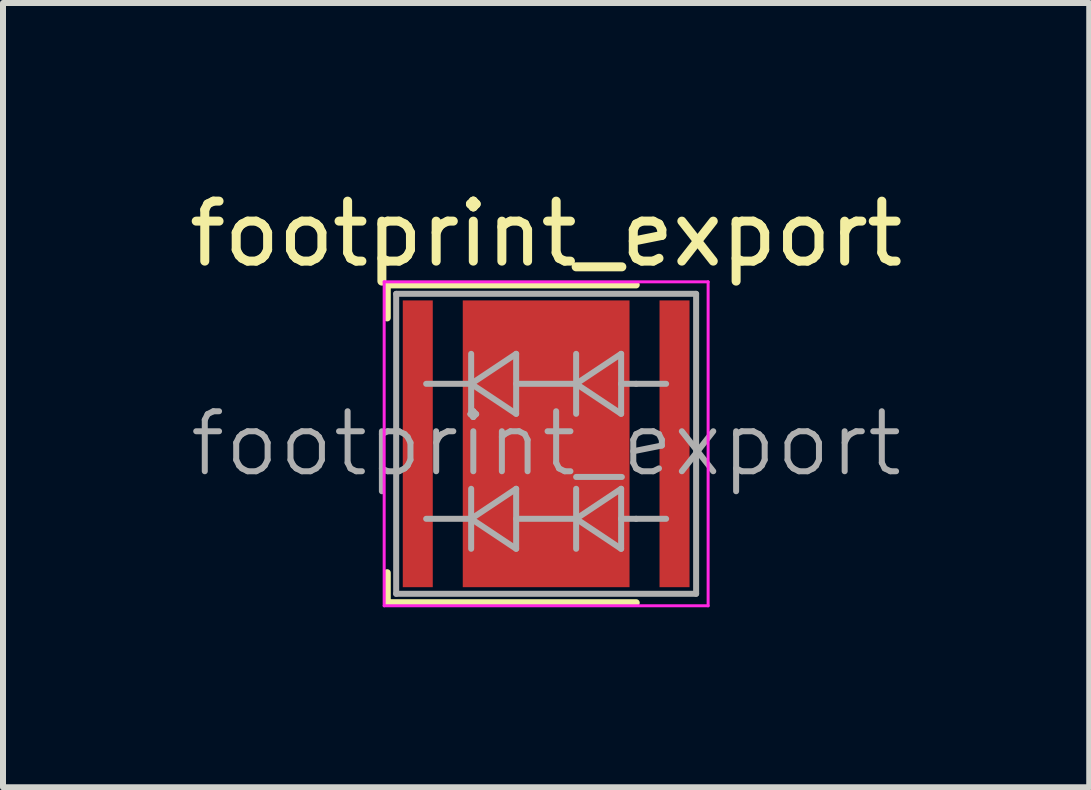
<source format=kicad_pcb>
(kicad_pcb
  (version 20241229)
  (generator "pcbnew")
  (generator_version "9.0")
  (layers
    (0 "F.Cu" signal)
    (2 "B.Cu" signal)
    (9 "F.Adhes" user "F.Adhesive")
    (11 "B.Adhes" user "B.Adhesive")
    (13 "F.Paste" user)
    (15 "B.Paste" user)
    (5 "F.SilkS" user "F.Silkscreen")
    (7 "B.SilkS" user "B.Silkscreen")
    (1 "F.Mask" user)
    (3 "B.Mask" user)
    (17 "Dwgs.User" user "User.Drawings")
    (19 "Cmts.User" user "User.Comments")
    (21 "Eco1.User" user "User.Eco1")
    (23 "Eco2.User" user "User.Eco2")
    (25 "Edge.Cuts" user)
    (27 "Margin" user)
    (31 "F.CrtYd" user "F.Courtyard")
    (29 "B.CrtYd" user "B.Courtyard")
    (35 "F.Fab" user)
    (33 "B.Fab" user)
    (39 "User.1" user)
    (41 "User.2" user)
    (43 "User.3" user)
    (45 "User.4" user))
  (footprint "footprint_export"
    (layer "F.Cu")
    (at 6.054 4.348)
    (property "Reference" "footprint_export" (at 0 -3.5 0) (layer "F.SilkS") (effects (font (size 1 1) (thickness 0.15))))
    (attr smd)
    (fp_line (start -2.65 -2.65) (end -2.65 -2.1) (stroke (width 0.12) (type solid)) (layer "F.SilkS"))
    (fp_line (start -2.65 2.65) (end -2.65 2.15) (stroke (width 0.12) (type solid)) (layer "F.SilkS"))
    (fp_line (start 1.5 -2.65) (end -2.65 -2.65) (stroke (width 0.12) (type solid)) (layer "F.SilkS"))
    (fp_line (start 1.5 2.65) (end -2.65 2.65) (stroke (width 0.12) (type solid)) (layer "F.SilkS"))
    (fp_line (start -2.7 -2.7) (end -2.7 2.7) (stroke (width 0.05) (type solid)) (layer "F.CrtYd"))
    (fp_line (start -2.7 2.7) (end 2.7 2.7) (stroke (width 0.05) (type solid)) (layer "F.CrtYd"))
    (fp_line (start 2.7 -2.7) (end -2.7 -2.7) (stroke (width 0.05) (type solid)) (layer "F.CrtYd"))
    (fp_line (start 2.7 2.7) (end 2.7 -2.7) (stroke (width 0.05) (type solid)) (layer "F.CrtYd"))
    (fp_line (start -2.5 -2.5) (end 2.5 -2.5) (stroke (width 0.1) (type solid)) (layer "F.Fab"))
    (fp_line (start -2.5 2.5) (end -2.5 -2.5) (stroke (width 0.1) (type solid)) (layer "F.Fab"))
    (fp_line (start -2 -1) (end -1.25 -1) (stroke (width 0.1) (type solid)) (layer "F.Fab"))
    (fp_line (start -2 1.25) (end -1.25 1.25) (stroke (width 0.1) (type solid)) (layer "F.Fab"))
    (fp_line (start -1.25 -1) (end -1.25 -1.5) (stroke (width 0.1) (type solid)) (layer "F.Fab"))
    (fp_line (start -1.25 -1) (end -1.25 -0.5) (stroke (width 0.1) (type solid)) (layer "F.Fab"))
    (fp_line (start -1.25 -1) (end -0.5 -1.5) (stroke (width 0.1) (type solid)) (layer "F.Fab"))
    (fp_line (start -1.25 1.25) (end -1.25 0.75) (stroke (width 0.1) (type solid)) (layer "F.Fab"))
    (fp_line (start -1.25 1.25) (end -1.25 1.75) (stroke (width 0.1) (type solid)) (layer "F.Fab"))
    (fp_line (start -1.25 1.25) (end -0.5 0.75) (stroke (width 0.1) (type solid)) (layer "F.Fab"))
    (fp_line (start -0.5 -1.5) (end -0.5 -0.5) (stroke (width 0.1) (type solid)) (layer "F.Fab"))
    (fp_line (start -0.5 -0.5) (end -1.25 -1) (stroke (width 0.1) (type solid)) (layer "F.Fab"))
    (fp_line (start -0.5 0.75) (end -0.5 1.75) (stroke (width 0.1) (type solid)) (layer "F.Fab"))
    (fp_line (start -0.5 1.75) (end -1.25 1.25) (stroke (width 0.1) (type solid)) (layer "F.Fab"))
    (fp_line (start 0.5 -1.5) (end 0.5 -0.5) (stroke (width 0.1) (type solid)) (layer "F.Fab"))
    (fp_line (start 0.5 -1) (end -0.5 -1) (stroke (width 0.1) (type solid)) (layer "F.Fab"))
    (fp_line (start 0.5 -1) (end 1.25 -0.5) (stroke (width 0.1) (type solid)) (layer "F.Fab"))
    (fp_line (start 0.5 0.75) (end 0.5 1.75) (stroke (width 0.1) (type solid)) (layer "F.Fab"))
    (fp_line (start 0.5 1.25) (end -0.5 1.25) (stroke (width 0.1) (type solid)) (layer "F.Fab"))
    (fp_line (start 0.5 1.25) (end 1.25 1.75) (stroke (width 0.1) (type solid)) (layer "F.Fab"))
    (fp_line (start 1.25 -1.5) (end 0.5 -1) (stroke (width 0.1) (type solid)) (layer "F.Fab"))
    (fp_line (start 1.25 -1) (end 1.25 -1.5) (stroke (width 0.1) (type solid)) (layer "F.Fab"))
    (fp_line (start 1.25 -0.5) (end 1.25 -1) (stroke (width 0.1) (type solid)) (layer "F.Fab"))
    (fp_line (start 1.25 0.75) (end 0.5 1.25) (stroke (width 0.1) (type solid)) (layer "F.Fab"))
    (fp_line (start 1.25 1.25) (end 1.25 0.75) (stroke (width 0.1) (type solid)) (layer "F.Fab"))
    (fp_line (start 1.25 1.75) (end 1.25 1.25) (stroke (width 0.1) (type solid)) (layer "F.Fab"))
    (fp_line (start 1.5 -1) (end 1.25 -1) (stroke (width 0.1) (type solid)) (layer "F.Fab"))
    (fp_line (start 1.5 -1) (end 2 -1) (stroke (width 0.1) (type solid)) (layer "F.Fab"))
    (fp_line (start 1.5 1.25) (end 1.25 1.25) (stroke (width 0.1) (type solid)) (layer "F.Fab"))
    (fp_line (start 1.5 1.25) (end 2 1.25) (stroke (width 0.1) (type solid)) (layer "F.Fab"))
    (fp_line (start 2.5 -2.5) (end 2.5 2.5) (stroke (width 0.1) (type solid)) (layer "F.Fab"))
    (fp_line (start 2.5 2.5) (end -2.5 2.5) (stroke (width 0.1) (type solid)) (layer "F.Fab"))
    (fp_text user "${REFERENCE}" (at 0 0 0) (layer "F.Fab") (effects (font (size 1 1) (thickness 0.1))))
    (pad "" smd rect (at -2.14 -1.32) (size 0.5 2.14) (layers "F.Paste"))
    (pad "" smd rect (at -2.14 1.32) (size 0.5 2.14) (layers "F.Paste"))
    (pad "" smd rect (at -0.61 -1.575) (size 0.97 0.8) (layers "F.Paste"))
    (pad "" smd rect (at -0.61 -0.525) (size 0.97 0.8) (layers "F.Paste"))
    (pad "" smd rect (at -0.61 0.525) (size 0.97 0.8) (layers "F.Paste"))
    (pad "" smd rect (at -0.61 1.575) (size 0.97 0.8) (layers "F.Paste"))
    (pad "" smd rect (at 0.61 -1.575) (size 0.97 0.8) (layers "F.Paste"))
    (pad "" smd rect (at 0.61 -0.525) (size 0.97 0.8) (layers "F.Paste"))
    (pad "" smd rect (at 0.61 0.525) (size 0.97 0.8) (layers "F.Paste"))
    (pad "" smd rect (at 0.61 1.575) (size 0.97 0.8) (layers "F.Paste"))
    (pad "" smd rect (at 2.14 -1.32) (size 0.5 2.14) (layers "F.Paste"))
    (pad "" smd rect (at 2.14 1.32) (size 0.5 2.14) (layers "F.Paste"))
    (pad "1" smd rect (at -2.14 0) (size 0.5 4.78) (layers "F.Cu" "F.Mask"))
    (pad "2" smd rect (at 2.14 0) (size 0.5 4.78) (layers "F.Cu" "F.Mask"))
    (pad "3" smd rect (at 0 0) (size 2.78 4.78) (layers "F.Cu" "F.Mask")))
  (gr_rect
    (start -3 -3)
    (end 15.107 10.073)
    (stroke (width 0.1) (type default))
    (fill no)
    (layer "Edge.Cuts")))
</source>
